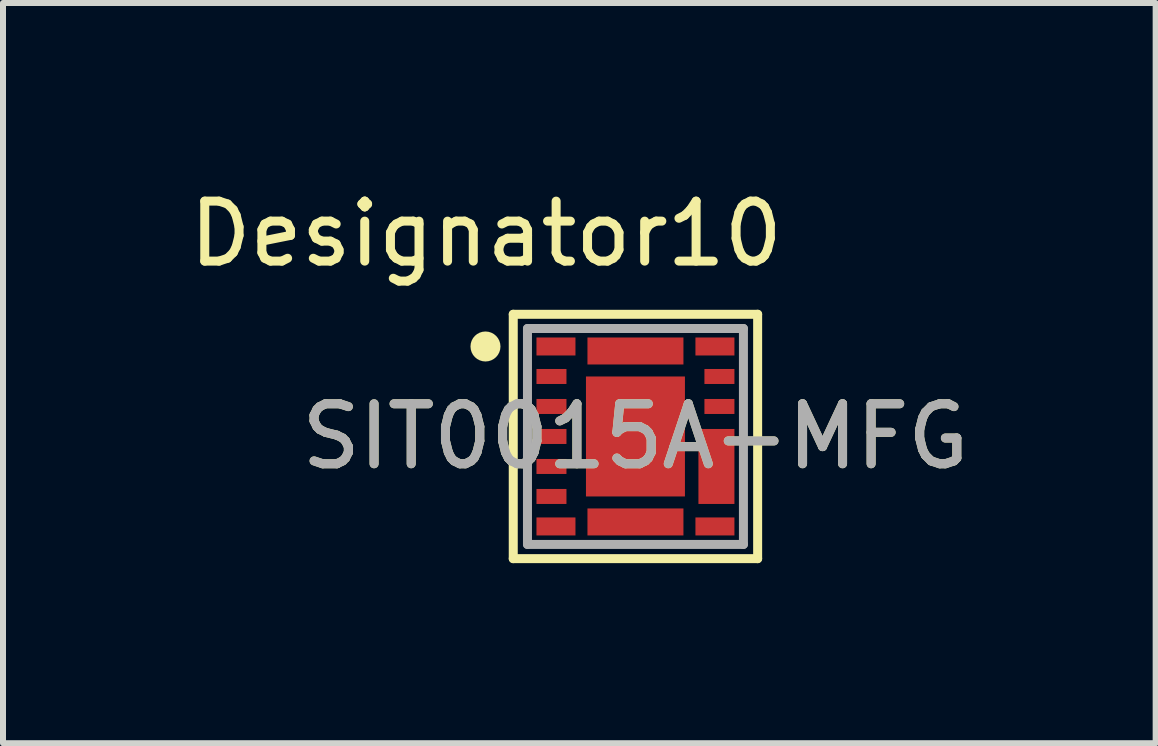
<source format=kicad_pcb>
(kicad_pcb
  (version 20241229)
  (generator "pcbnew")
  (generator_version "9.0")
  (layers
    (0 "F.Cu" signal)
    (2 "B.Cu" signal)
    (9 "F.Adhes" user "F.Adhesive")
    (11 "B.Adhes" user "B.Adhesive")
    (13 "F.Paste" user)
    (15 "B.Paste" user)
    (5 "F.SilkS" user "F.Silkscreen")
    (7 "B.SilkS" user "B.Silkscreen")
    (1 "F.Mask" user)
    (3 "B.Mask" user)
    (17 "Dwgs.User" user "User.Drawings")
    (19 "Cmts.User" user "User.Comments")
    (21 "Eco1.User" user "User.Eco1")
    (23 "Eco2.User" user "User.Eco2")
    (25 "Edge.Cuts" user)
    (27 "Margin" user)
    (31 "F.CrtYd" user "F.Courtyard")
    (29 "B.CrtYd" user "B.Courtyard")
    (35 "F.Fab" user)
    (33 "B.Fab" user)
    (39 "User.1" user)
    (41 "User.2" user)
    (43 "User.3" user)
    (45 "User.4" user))
  (footprint "SIT0015A-MFG"
    (layer "F.Cu")
    (at 7.543 4.226)
    (property "Reference" "SIT0015A-MFG" (at 0 0 0) (unlocked yes) (layer "F.SilkS") (effects (font (size 1 1) (thickness 0.15))))
    (attr smd)
    (fp_line (start -2.037 -2.037) (end 2.037 -2.037) (stroke (width 0.15) (type solid)) (layer "F.SilkS"))
    (fp_line (start -2.037 2.037) (end -2.037 -2.037) (stroke (width 0.15) (type solid)) (layer "F.SilkS"))
    (fp_line (start -2.037 2.037) (end 2.037 2.037) (stroke (width 0.15) (type solid)) (layer "F.SilkS"))
    (fp_line (start 2.037 2.037) (end 2.037 -2.037) (stroke (width 0.15) (type solid)) (layer "F.SilkS"))
    (fp_circle (center -2.5 -1.5) (end -2.375 -1.5) (stroke (width 0.25) (type solid)) (fill no) (layer "F.SilkS"))
    (fp_poly (pts (xy -0.775 -0.92) (xy -0.725 -0.97) (xy 0.725 -0.97) (xy 0.775 -0.92) (xy 0.775 -0.15) (xy 0.725 -0.1) (xy -0.725 -0.1) (xy -0.775 -0.15)) (stroke (width 0) (type solid)) (fill yes) (layer "F.Paste"))
    (fp_poly (pts (xy -0.775 0.15) (xy -0.725 0.1) (xy 0.725 0.1) (xy 0.775 0.15) (xy 0.775 0.92) (xy 0.725 0.97) (xy -0.725 0.97) (xy -0.775 0.92)) (stroke (width 0) (type solid)) (fill yes) (layer "F.Paste"))
    (fp_line (start -1.8 -1.8) (end 1.8 -1.8) (stroke (width 0.15) (type solid)) (layer "F.Fab"))
    (fp_line (start -1.8 1.8) (end -1.8 -1.8) (stroke (width 0.15) (type solid)) (layer "F.Fab"))
    (fp_line (start -1.8 1.8) (end 1.8 1.8) (stroke (width 0.15) (type solid)) (layer "F.Fab"))
    (fp_line (start 1.8 1.8) (end 1.8 -1.8) (stroke (width 0.15) (type solid)) (layer "F.Fab"))
    (fp_text user "Designator10" (at -2.489 -3.378 0) (unlocked yes) (layer "F.SilkS") (effects (font (size 1 1) (thickness 0.15))))
    (fp_text user "${REFERENCE}" (at 0 0 0) (unlocked yes) (layer "F.Fab") (effects (font (size 1 1) (thickness 0.15))))
    (pad "1" smd rect (at -1.325 -1.5) (size 0.65 0.3) (layers "F.Cu" "F.Mask" "F.Paste"))
    (pad "2" smd rect (at -1.4 -1) (size 0.5 0.25) (layers "F.Cu" "F.Mask" "F.Paste"))
    (pad "3" smd rect (at -1.4 -0.5) (size 0.5 0.25) (layers "F.Cu" "F.Mask" "F.Paste"))
    (pad "4" smd rect (at -1.4 0) (size 0.5 0.25) (layers "F.Cu" "F.Mask" "F.Paste"))
    (pad "5" smd rect (at -1.4 0.5) (size 0.5 0.25) (layers "F.Cu" "F.Mask" "F.Paste"))
    (pad "6" smd rect (at -1.4 1) (size 0.5 0.25) (layers "F.Cu" "F.Mask" "F.Paste"))
    (pad "7" smd rect (at -1.325 1.5) (size 0.65 0.3) (layers "F.Cu" "F.Mask" "F.Paste"))
    (pad "8" smd rect (at 0 1.425) (size 1.6 0.45) (layers "F.Cu" "F.Mask" "F.Paste"))
    (pad "9" smd rect (at 1.325 1.5) (size 0.65 0.3) (layers "F.Cu" "F.Mask" "F.Paste"))
    (pad "10" smd rect (at 1.35 0.5) (size 0.6 1.25) (layers "F.Cu" "F.Mask" "F.Paste"))
    (pad "11" smd rect (at 1.4 -0.5) (size 0.5 0.25) (layers "F.Cu" "F.Mask" "F.Paste"))
    (pad "12" smd rect (at 1.4 -1) (size 0.5 0.25) (layers "F.Cu" "F.Mask" "F.Paste"))
    (pad "13" smd rect (at 1.325 -1.5) (size 0.65 0.3) (layers "F.Cu" "F.Mask" "F.Paste"))
    (pad "14" smd rect (at 0 -1.425) (size 1.6 0.45) (layers "F.Cu" "F.Mask" "F.Paste"))
    (pad "15" smd rect (at 0 0) (size 1.65 2) (layers "F.Cu" "F.Mask")))
  (gr_rect
    (start -3 -3)
    (end 16.215 9.339)
    (stroke (width 0.1) (type default))
    (fill no)
    (layer "Edge.Cuts")))
</source>
